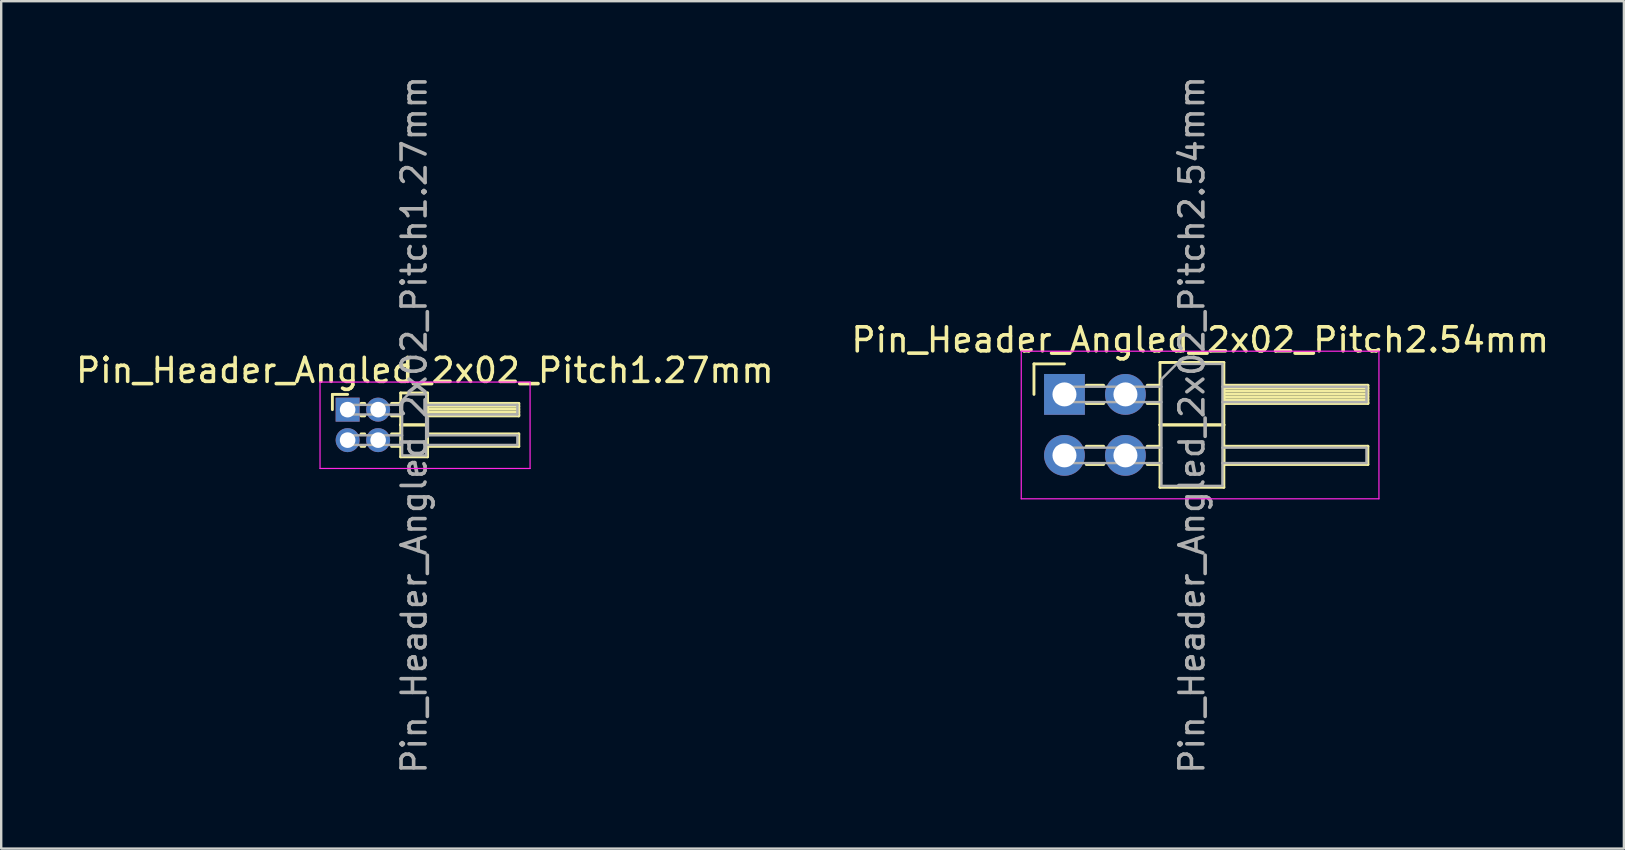
<source format=kicad_pcb>
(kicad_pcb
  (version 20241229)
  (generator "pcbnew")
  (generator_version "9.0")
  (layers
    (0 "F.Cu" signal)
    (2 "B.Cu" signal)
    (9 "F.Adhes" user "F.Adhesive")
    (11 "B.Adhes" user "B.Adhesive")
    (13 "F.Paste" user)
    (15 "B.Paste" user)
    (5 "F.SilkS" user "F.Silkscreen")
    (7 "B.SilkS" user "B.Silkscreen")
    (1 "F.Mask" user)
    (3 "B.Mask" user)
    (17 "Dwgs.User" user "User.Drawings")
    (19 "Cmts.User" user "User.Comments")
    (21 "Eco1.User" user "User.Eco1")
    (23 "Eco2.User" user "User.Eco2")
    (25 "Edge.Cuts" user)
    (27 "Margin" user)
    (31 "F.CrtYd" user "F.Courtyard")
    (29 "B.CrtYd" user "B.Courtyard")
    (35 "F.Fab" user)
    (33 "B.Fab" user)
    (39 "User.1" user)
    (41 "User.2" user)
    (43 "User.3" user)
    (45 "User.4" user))
  (footprint "Pin_Header_Angled_2x02_Pitch2.54mm"
    (layer "F.Cu")
    (at 41.291 13.379)
    (property "Reference" "Pin_Header_Angled_2x02_Pitch2.54mm" (at 5.655 -2.27 0) (layer "F.SilkS") (effects (font (size 1 1) (thickness 0.15))))
    (attr through_hole)
    (fp_line (start -1.27 -1.27) (end 0 -1.27) (stroke (width 0.12) (type solid)) (layer "F.SilkS"))
    (fp_line (start -1.27 0) (end -1.27 -1.27) (stroke (width 0.12) (type solid)) (layer "F.SilkS"))
    (fp_line (start 0.91 -0.38) (end 1.63 -0.38) (stroke (width 0.12) (type solid)) (layer "F.SilkS"))
    (fp_line (start 0.91 0.38) (end 1.63 0.38) (stroke (width 0.12) (type solid)) (layer "F.SilkS"))
    (fp_line (start 0.91 2.16) (end 1.63 2.16) (stroke (width 0.12) (type solid)) (layer "F.SilkS"))
    (fp_line (start 0.91 2.92) (end 1.63 2.92) (stroke (width 0.12) (type solid)) (layer "F.SilkS"))
    (fp_line (start 3.45 -0.38) (end 3.98 -0.38) (stroke (width 0.12) (type solid)) (layer "F.SilkS"))
    (fp_line (start 3.45 0.38) (end 3.98 0.38) (stroke (width 0.12) (type solid)) (layer "F.SilkS"))
    (fp_line (start 3.45 2.16) (end 3.98 2.16) (stroke (width 0.12) (type solid)) (layer "F.SilkS"))
    (fp_line (start 3.45 2.92) (end 3.98 2.92) (stroke (width 0.12) (type solid)) (layer "F.SilkS"))
    (fp_line (start 3.98 -1.33) (end 3.98 1.27) (stroke (width 0.12) (type solid)) (layer "F.SilkS"))
    (fp_line (start 3.98 1.27) (end 3.98 3.87) (stroke (width 0.12) (type solid)) (layer "F.SilkS"))
    (fp_line (start 3.98 1.27) (end 6.64 1.27) (stroke (width 0.12) (type solid)) (layer "F.SilkS"))
    (fp_line (start 3.98 3.87) (end 6.64 3.87) (stroke (width 0.12) (type solid)) (layer "F.SilkS"))
    (fp_line (start 6.64 -1.33) (end 3.98 -1.33) (stroke (width 0.12) (type solid)) (layer "F.SilkS"))
    (fp_line (start 6.64 -0.38) (end 6.64 0.38) (stroke (width 0.12) (type solid)) (layer "F.SilkS"))
    (fp_line (start 6.64 -0.26) (end 12.64 -0.26) (stroke (width 0.12) (type solid)) (layer "F.SilkS"))
    (fp_line (start 6.64 -0.14) (end 12.64 -0.14) (stroke (width 0.12) (type solid)) (layer "F.SilkS"))
    (fp_line (start 6.64 -0.02) (end 12.64 -0.02) (stroke (width 0.12) (type solid)) (layer "F.SilkS"))
    (fp_line (start 6.64 0.1) (end 12.64 0.1) (stroke (width 0.12) (type solid)) (layer "F.SilkS"))
    (fp_line (start 6.64 0.22) (end 12.64 0.22) (stroke (width 0.12) (type solid)) (layer "F.SilkS"))
    (fp_line (start 6.64 0.34) (end 12.64 0.34) (stroke (width 0.12) (type solid)) (layer "F.SilkS"))
    (fp_line (start 6.64 0.38) (end 12.64 0.38) (stroke (width 0.12) (type solid)) (layer "F.SilkS"))
    (fp_line (start 6.64 1.27) (end 3.98 1.27) (stroke (width 0.12) (type solid)) (layer "F.SilkS"))
    (fp_line (start 6.64 1.27) (end 6.64 -1.33) (stroke (width 0.12) (type solid)) (layer "F.SilkS"))
    (fp_line (start 6.64 2.16) (end 6.64 2.92) (stroke (width 0.12) (type solid)) (layer "F.SilkS"))
    (fp_line (start 6.64 2.92) (end 12.64 2.92) (stroke (width 0.12) (type solid)) (layer "F.SilkS"))
    (fp_line (start 6.64 3.87) (end 6.64 1.27) (stroke (width 0.12) (type solid)) (layer "F.SilkS"))
    (fp_line (start 12.64 -0.38) (end 6.64 -0.38) (stroke (width 0.12) (type solid)) (layer "F.SilkS"))
    (fp_line (start 12.64 0.38) (end 12.64 -0.38) (stroke (width 0.12) (type solid)) (layer "F.SilkS"))
    (fp_line (start 12.64 2.16) (end 6.64 2.16) (stroke (width 0.12) (type solid)) (layer "F.SilkS"))
    (fp_line (start 12.64 2.92) (end 12.64 2.16) (stroke (width 0.12) (type solid)) (layer "F.SilkS"))
    (fp_line (start -1.8 -1.8) (end -1.8 4.35) (stroke (width 0.05) (type solid)) (layer "F.CrtYd"))
    (fp_line (start -1.8 4.35) (end 13.1 4.35) (stroke (width 0.05) (type solid)) (layer "F.CrtYd"))
    (fp_line (start 13.1 -1.8) (end -1.8 -1.8) (stroke (width 0.05) (type solid)) (layer "F.CrtYd"))
    (fp_line (start 13.1 4.35) (end 13.1 -1.8) (stroke (width 0.05) (type solid)) (layer "F.CrtYd"))
    (fp_line (start -0.32 -0.32) (end -0.32 0.32) (stroke (width 0.1) (type solid)) (layer "F.Fab"))
    (fp_line (start -0.32 -0.32) (end 4.04 -0.32) (stroke (width 0.1) (type solid)) (layer "F.Fab"))
    (fp_line (start -0.32 0.32) (end 4.04 0.32) (stroke (width 0.1) (type solid)) (layer "F.Fab"))
    (fp_line (start -0.32 2.22) (end -0.32 2.86) (stroke (width 0.1) (type solid)) (layer "F.Fab"))
    (fp_line (start -0.32 2.22) (end 4.04 2.22) (stroke (width 0.1) (type solid)) (layer "F.Fab"))
    (fp_line (start -0.32 2.86) (end 4.04 2.86) (stroke (width 0.1) (type solid)) (layer "F.Fab"))
    (fp_line (start 4.04 -0.635) (end 4.675 -1.27) (stroke (width 0.1) (type solid)) (layer "F.Fab"))
    (fp_line (start 4.04 3.81) (end 4.04 -0.635) (stroke (width 0.1) (type solid)) (layer "F.Fab"))
    (fp_line (start 4.675 -1.27) (end 6.58 -1.27) (stroke (width 0.1) (type solid)) (layer "F.Fab"))
    (fp_line (start 6.58 -1.27) (end 6.58 3.81) (stroke (width 0.1) (type solid)) (layer "F.Fab"))
    (fp_line (start 6.58 -0.32) (end 12.58 -0.32) (stroke (width 0.1) (type solid)) (layer "F.Fab"))
    (fp_line (start 6.58 0.32) (end 12.58 0.32) (stroke (width 0.1) (type solid)) (layer "F.Fab"))
    (fp_line (start 6.58 2.22) (end 12.58 2.22) (stroke (width 0.1) (type solid)) (layer "F.Fab"))
    (fp_line (start 6.58 2.86) (end 12.58 2.86) (stroke (width 0.1) (type solid)) (layer "F.Fab"))
    (fp_line (start 6.58 3.81) (end 4.04 3.81) (stroke (width 0.1) (type solid)) (layer "F.Fab"))
    (fp_line (start 12.58 -0.32) (end 12.58 0.32) (stroke (width 0.1) (type solid)) (layer "F.Fab"))
    (fp_line (start 12.58 2.22) (end 12.58 2.86) (stroke (width 0.1) (type solid)) (layer "F.Fab"))
    (fp_text user "${REFERENCE}" (at 5.31 1.27 90) (layer "F.Fab") (effects (font (size 1 1) (thickness 0.15))))
    (pad "1" thru_hole rect (at 0 0) (size 1.7 1.7) (drill 1) (layers "*.Cu" "*.Mask"))
    (pad "2" thru_hole oval (at 2.54 0) (size 1.7 1.7) (drill 1) (layers "*.Cu" "*.Mask"))
    (pad "3" thru_hole oval (at 0 2.54) (size 1.7 1.7) (drill 1) (layers "*.Cu" "*.Mask"))
    (pad "4" thru_hole oval (at 2.54 2.54) (size 1.7 1.7) (drill 1) (layers "*.Cu" "*.Mask")))
  (footprint "Pin_Header_Angled_2x02_Pitch1.27mm"
    (layer "F.Cu")
    (at 11.431 14.014)
    (property "Reference" "Pin_Header_Angled_2x02_Pitch1.27mm" (at 3.217 -1.635 0) (layer "F.SilkS") (effects (font (size 1 1) (thickness 0.15))))
    (attr through_hole)
    (fp_line (start -0.635 -0.635) (end 0 -0.635) (stroke (width 0.12) (type solid)) (layer "F.SilkS"))
    (fp_line (start -0.635 0) (end -0.635 -0.635) (stroke (width 0.12) (type solid)) (layer "F.SilkS"))
    (fp_line (start 0.56 -0.26) (end 0.71 -0.26) (stroke (width 0.12) (type solid)) (layer "F.SilkS"))
    (fp_line (start 0.56 0.26) (end 0.71 0.26) (stroke (width 0.12) (type solid)) (layer "F.SilkS"))
    (fp_line (start 0.56 1.01) (end 0.71 1.01) (stroke (width 0.12) (type solid)) (layer "F.SilkS"))
    (fp_line (start 0.56 1.53) (end 0.71 1.53) (stroke (width 0.12) (type solid)) (layer "F.SilkS"))
    (fp_line (start 1.83 -0.26) (end 2.21 -0.26) (stroke (width 0.12) (type solid)) (layer "F.SilkS"))
    (fp_line (start 1.83 0.26) (end 2.21 0.26) (stroke (width 0.12) (type solid)) (layer "F.SilkS"))
    (fp_line (start 1.83 1.01) (end 2.21 1.01) (stroke (width 0.12) (type solid)) (layer "F.SilkS"))
    (fp_line (start 1.83 1.53) (end 2.21 1.53) (stroke (width 0.12) (type solid)) (layer "F.SilkS"))
    (fp_line (start 2.21 -0.695) (end 2.21 0.635) (stroke (width 0.12) (type solid)) (layer "F.SilkS"))
    (fp_line (start 2.21 0.635) (end 2.21 1.965) (stroke (width 0.12) (type solid)) (layer "F.SilkS"))
    (fp_line (start 2.21 0.635) (end 3.33 0.635) (stroke (width 0.12) (type solid)) (layer "F.SilkS"))
    (fp_line (start 2.21 1.965) (end 3.33 1.965) (stroke (width 0.12) (type solid)) (layer "F.SilkS"))
    (fp_line (start 3.33 -0.695) (end 2.21 -0.695) (stroke (width 0.12) (type solid)) (layer "F.SilkS"))
    (fp_line (start 3.33 -0.26) (end 3.33 0.26) (stroke (width 0.12) (type solid)) (layer "F.SilkS"))
    (fp_line (start 3.33 -0.14) (end 7.13 -0.14) (stroke (width 0.12) (type solid)) (layer "F.SilkS"))
    (fp_line (start 3.33 -0.02) (end 7.13 -0.02) (stroke (width 0.12) (type solid)) (layer "F.SilkS"))
    (fp_line (start 3.33 0.1) (end 7.13 0.1) (stroke (width 0.12) (type solid)) (layer "F.SilkS"))
    (fp_line (start 3.33 0.22) (end 7.13 0.22) (stroke (width 0.12) (type solid)) (layer "F.SilkS"))
    (fp_line (start 3.33 0.26) (end 7.13 0.26) (stroke (width 0.12) (type solid)) (layer "F.SilkS"))
    (fp_line (start 3.33 0.635) (end 2.21 0.635) (stroke (width 0.12) (type solid)) (layer "F.SilkS"))
    (fp_line (start 3.33 0.635) (end 3.33 -0.695) (stroke (width 0.12) (type solid)) (layer "F.SilkS"))
    (fp_line (start 3.33 1.01) (end 3.33 1.53) (stroke (width 0.12) (type solid)) (layer "F.SilkS"))
    (fp_line (start 3.33 1.53) (end 7.13 1.53) (stroke (width 0.12) (type solid)) (layer "F.SilkS"))
    (fp_line (start 3.33 1.965) (end 3.33 0.635) (stroke (width 0.12) (type solid)) (layer "F.SilkS"))
    (fp_line (start 7.13 -0.26) (end 3.33 -0.26) (stroke (width 0.12) (type solid)) (layer "F.SilkS"))
    (fp_line (start 7.13 0.26) (end 7.13 -0.26) (stroke (width 0.12) (type solid)) (layer "F.SilkS"))
    (fp_line (start 7.13 1.01) (end 3.33 1.01) (stroke (width 0.12) (type solid)) (layer "F.SilkS"))
    (fp_line (start 7.13 1.53) (end 7.13 1.01) (stroke (width 0.12) (type solid)) (layer "F.SilkS"))
    (fp_line (start -1.15 -1.15) (end -1.15 2.45) (stroke (width 0.05) (type solid)) (layer "F.CrtYd"))
    (fp_line (start -1.15 2.45) (end 7.6 2.45) (stroke (width 0.05) (type solid)) (layer "F.CrtYd"))
    (fp_line (start 7.6 -1.15) (end -1.15 -1.15) (stroke (width 0.05) (type solid)) (layer "F.CrtYd"))
    (fp_line (start 7.6 2.45) (end 7.6 -1.15) (stroke (width 0.05) (type solid)) (layer "F.CrtYd"))
    (fp_line (start -0.2 -0.2) (end -0.2 0.2) (stroke (width 0.1) (type solid)) (layer "F.Fab"))
    (fp_line (start -0.2 -0.2) (end 2.27 -0.2) (stroke (width 0.1) (type solid)) (layer "F.Fab"))
    (fp_line (start -0.2 0.2) (end 2.27 0.2) (stroke (width 0.1) (type solid)) (layer "F.Fab"))
    (fp_line (start -0.2 1.07) (end -0.2 1.47) (stroke (width 0.1) (type solid)) (layer "F.Fab"))
    (fp_line (start -0.2 1.07) (end 2.27 1.07) (stroke (width 0.1) (type solid)) (layer "F.Fab"))
    (fp_line (start -0.2 1.47) (end 2.27 1.47) (stroke (width 0.1) (type solid)) (layer "F.Fab"))
    (fp_line (start 2.27 -0.385) (end 2.52 -0.635) (stroke (width 0.1) (type solid)) (layer "F.Fab"))
    (fp_line (start 2.27 1.905) (end 2.27 -0.385) (stroke (width 0.1) (type solid)) (layer "F.Fab"))
    (fp_line (start 2.52 -0.635) (end 3.27 -0.635) (stroke (width 0.1) (type solid)) (layer "F.Fab"))
    (fp_line (start 3.27 -0.635) (end 3.27 1.905) (stroke (width 0.1) (type solid)) (layer "F.Fab"))
    (fp_line (start 3.27 -0.2) (end 7.07 -0.2) (stroke (width 0.1) (type solid)) (layer "F.Fab"))
    (fp_line (start 3.27 0.2) (end 7.07 0.2) (stroke (width 0.1) (type solid)) (layer "F.Fab"))
    (fp_line (start 3.27 1.07) (end 7.07 1.07) (stroke (width 0.1) (type solid)) (layer "F.Fab"))
    (fp_line (start 3.27 1.47) (end 7.07 1.47) (stroke (width 0.1) (type solid)) (layer "F.Fab"))
    (fp_line (start 3.27 1.905) (end 2.27 1.905) (stroke (width 0.1) (type solid)) (layer "F.Fab"))
    (fp_line (start 7.07 -0.2) (end 7.07 0.2) (stroke (width 0.1) (type solid)) (layer "F.Fab"))
    (fp_line (start 7.07 1.07) (end 7.07 1.47) (stroke (width 0.1) (type solid)) (layer "F.Fab"))
    (fp_text user "${REFERENCE}" (at 2.77 0.635 90) (layer "F.Fab") (effects (font (size 1 1) (thickness 0.15))))
    (pad "1" thru_hole rect (at 0 0) (size 1 1) (drill 0.65) (layers "*.Cu" "*.Mask"))
    (pad "2" thru_hole oval (at 1.27 0) (size 1 1) (drill 0.65) (layers "*.Cu" "*.Mask"))
    (pad "3" thru_hole oval (at 0 1.27) (size 1 1) (drill 0.65) (layers "*.Cu" "*.Mask"))
    (pad "4" thru_hole oval (at 1.27 1.27) (size 1 1) (drill 0.65) (layers "*.Cu" "*.Mask")))
  (gr_rect
    (start -3 -3)
    (end 64.595 32.298)
    (stroke (width 0.1) (type default))
    (fill no)
    (layer "Edge.Cuts")))
</source>
